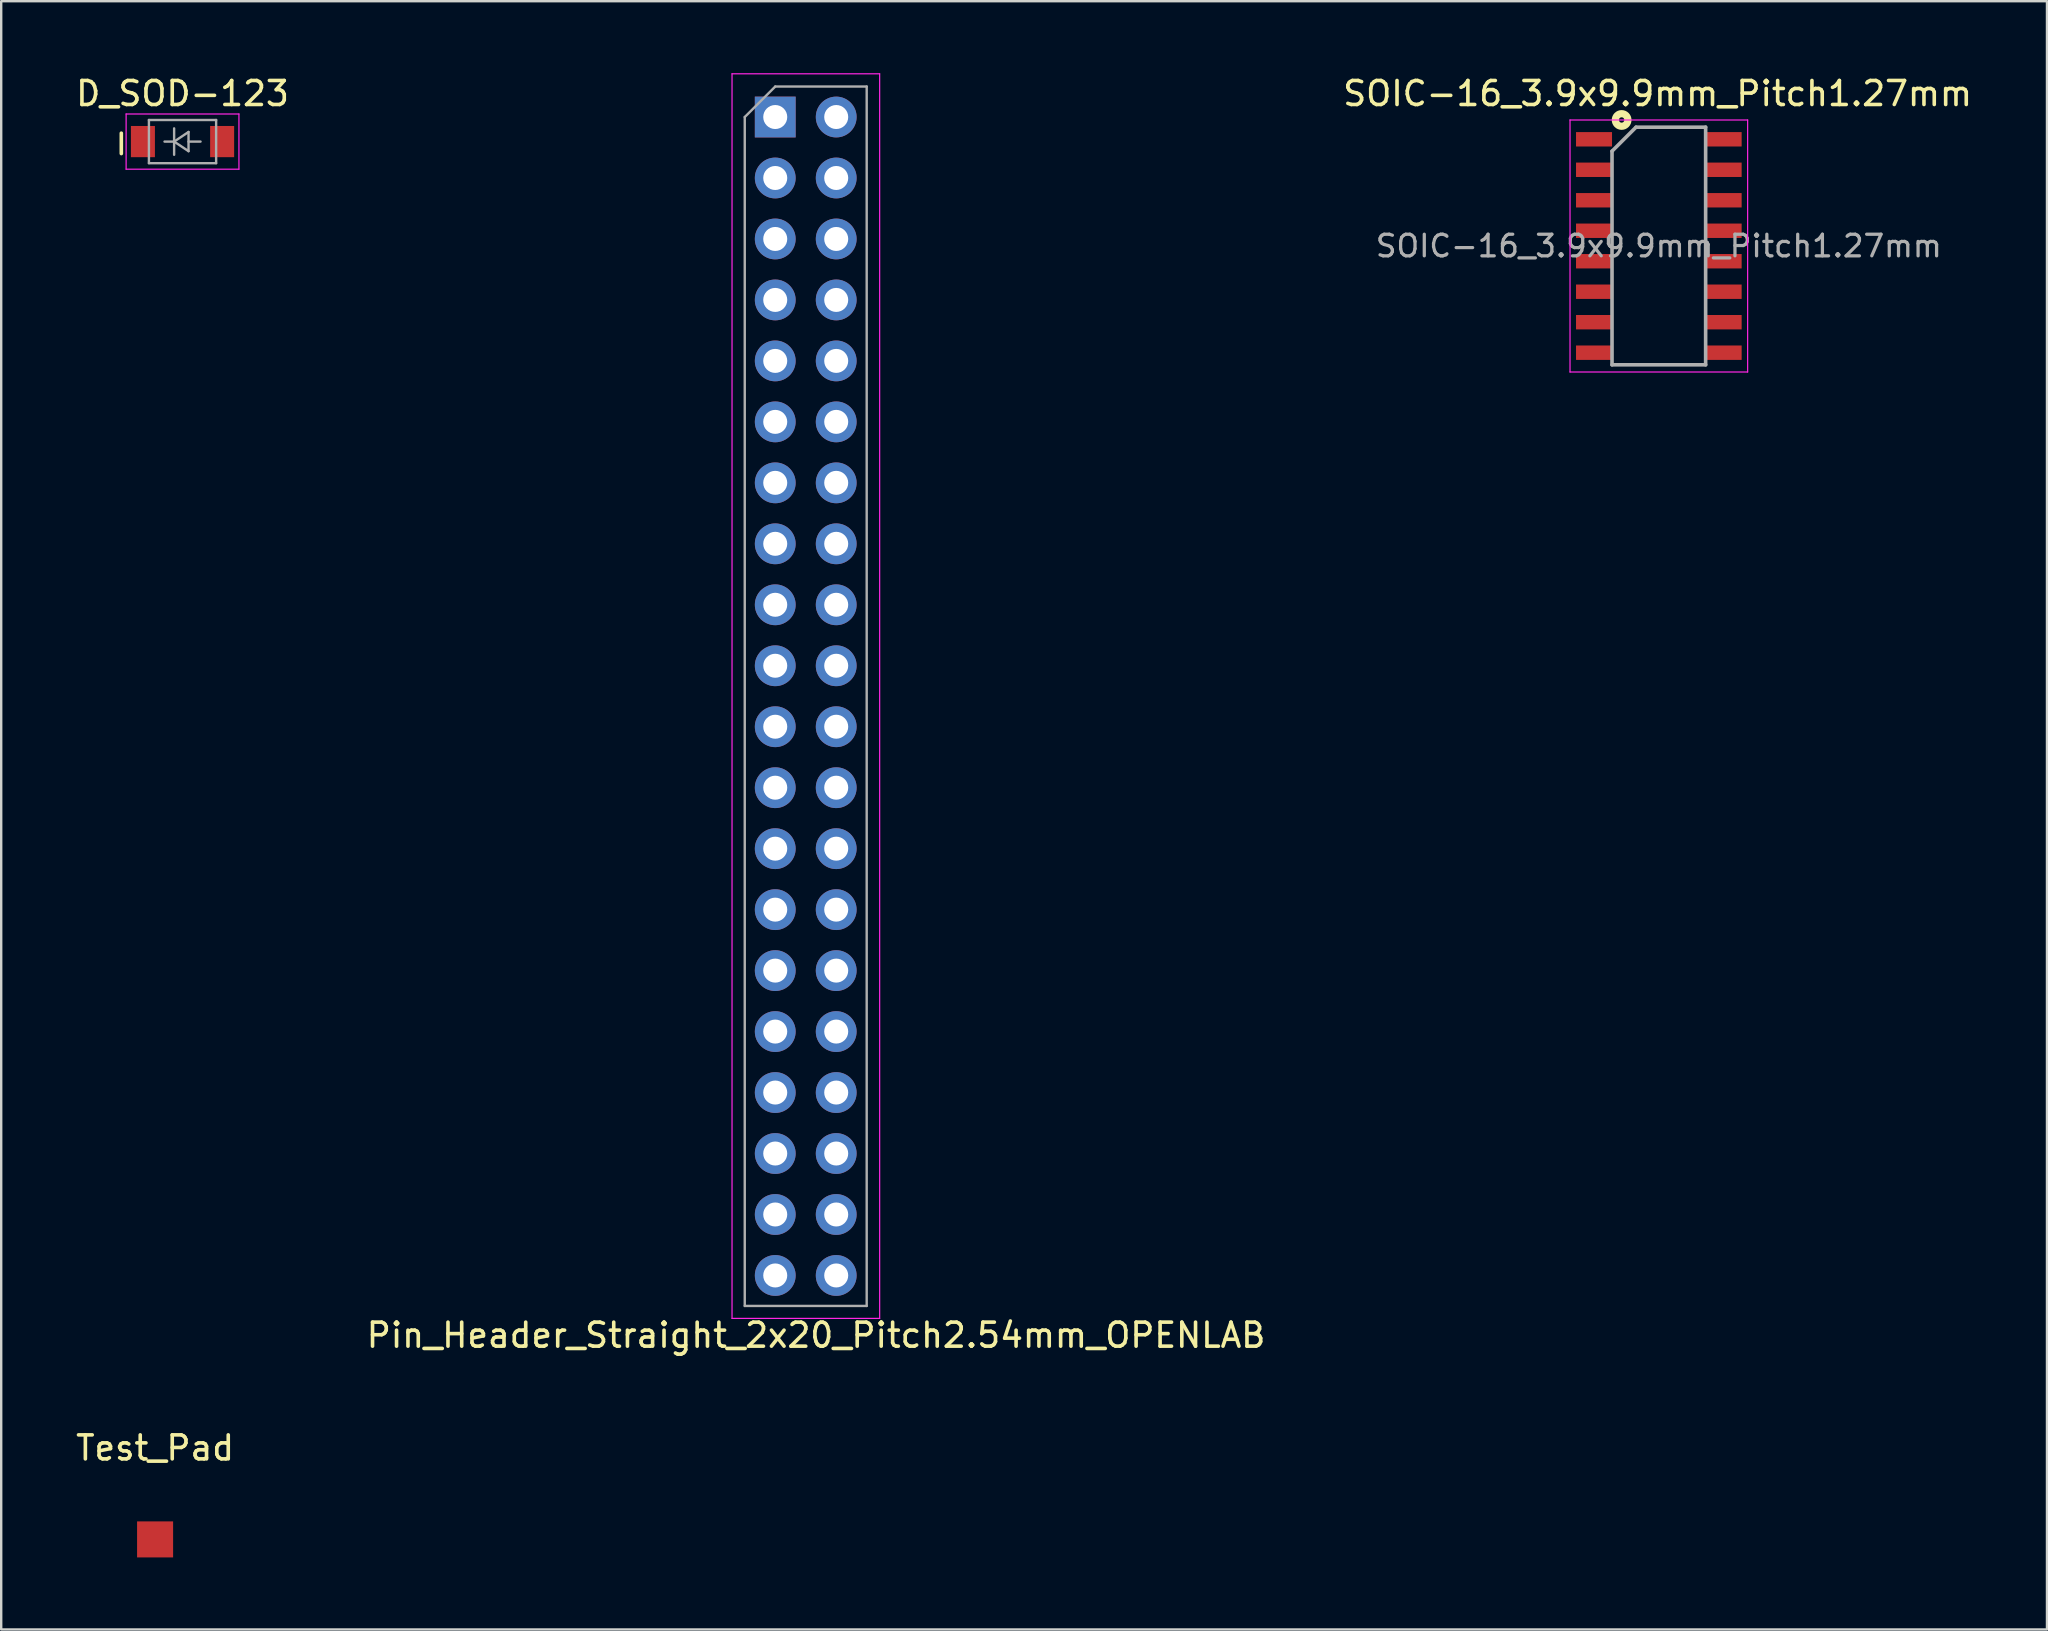
<source format=kicad_pcb>
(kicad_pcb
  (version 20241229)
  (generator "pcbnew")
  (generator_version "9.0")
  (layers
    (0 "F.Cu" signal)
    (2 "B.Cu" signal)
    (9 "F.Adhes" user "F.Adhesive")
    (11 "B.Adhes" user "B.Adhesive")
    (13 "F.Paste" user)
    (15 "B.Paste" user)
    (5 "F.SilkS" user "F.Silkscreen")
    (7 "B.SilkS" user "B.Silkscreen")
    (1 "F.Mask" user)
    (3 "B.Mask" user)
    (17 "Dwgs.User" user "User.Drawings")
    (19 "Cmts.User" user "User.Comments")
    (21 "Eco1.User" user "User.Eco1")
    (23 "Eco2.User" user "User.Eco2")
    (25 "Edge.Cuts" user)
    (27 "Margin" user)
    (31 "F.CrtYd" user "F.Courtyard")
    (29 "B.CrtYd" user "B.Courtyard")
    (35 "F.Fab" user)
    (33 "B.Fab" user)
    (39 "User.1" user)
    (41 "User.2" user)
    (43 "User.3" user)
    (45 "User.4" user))
  (footprint "Pin_Header_Straight_2x20_Pitch2.54mm_OPENLAB"
    (layer "F.Cu")
    (at 29.246 1.825)
    (property "Reference" "Pin_Header_Straight_2x20_Pitch2.54mm_OPENLAB" (at 1.7 50.75 0) (layer "F.SilkS") (effects (font (size 1 1) (thickness 0.15))))
    (attr through_hole)
    (fp_line (start -1.8 -1.8) (end -1.8 50.05) (stroke (width 0.05) (type solid)) (layer "F.CrtYd"))
    (fp_line (start -1.8 50.05) (end 4.35 50.05) (stroke (width 0.05) (type solid)) (layer "F.CrtYd"))
    (fp_line (start 4.35 -1.8) (end -1.8 -1.8) (stroke (width 0.05) (type solid)) (layer "F.CrtYd"))
    (fp_line (start 4.35 50.05) (end 4.35 -1.8) (stroke (width 0.05) (type solid)) (layer "F.CrtYd"))
    (fp_line (start -1.27 0) (end 0 -1.27) (stroke (width 0.1) (type solid)) (layer "F.Fab"))
    (fp_line (start -1.27 49.53) (end -1.27 0) (stroke (width 0.1) (type solid)) (layer "F.Fab"))
    (fp_line (start 0 -1.27) (end 3.81 -1.27) (stroke (width 0.1) (type solid)) (layer "F.Fab"))
    (fp_line (start 3.81 -1.27) (end 3.81 49.53) (stroke (width 0.1) (type solid)) (layer "F.Fab"))
    (fp_line (start 3.81 49.53) (end -1.27 49.53) (stroke (width 0.1) (type solid)) (layer "F.Fab"))
    (pad "1" thru_hole rect (at 0 0) (size 1.7 1.7) (drill 1) (layers "*.Cu" "*.Mask"))
    (pad "2" thru_hole oval (at 2.54 0) (size 1.7 1.7) (drill 1) (layers "*.Cu" "*.Mask"))
    (pad "3" thru_hole oval (at 0 2.54) (size 1.7 1.7) (drill 1) (layers "*.Cu" "*.Mask"))
    (pad "4" thru_hole oval (at 2.54 2.54) (size 1.7 1.7) (drill 1) (layers "*.Cu" "*.Mask"))
    (pad "5" thru_hole oval (at 0 5.08) (size 1.7 1.7) (drill 1) (layers "*.Cu" "*.Mask"))
    (pad "6" thru_hole oval (at 2.54 5.08) (size 1.7 1.7) (drill 1) (layers "*.Cu" "*.Mask"))
    (pad "7" thru_hole oval (at 0 7.62) (size 1.7 1.7) (drill 1) (layers "*.Cu" "*.Mask"))
    (pad "8" thru_hole oval (at 2.54 7.62) (size 1.7 1.7) (drill 1) (layers "*.Cu" "*.Mask"))
    (pad "9" thru_hole oval (at 0 10.16) (size 1.7 1.7) (drill 1) (layers "*.Cu" "*.Mask"))
    (pad "10" thru_hole oval (at 2.54 10.16) (size 1.7 1.7) (drill 1) (layers "*.Cu" "*.Mask"))
    (pad "11" thru_hole oval (at 0 12.7) (size 1.7 1.7) (drill 1) (layers "*.Cu" "*.Mask"))
    (pad "12" thru_hole oval (at 2.54 12.7) (size 1.7 1.7) (drill 1) (layers "*.Cu" "*.Mask"))
    (pad "13" thru_hole oval (at 0 15.24) (size 1.7 1.7) (drill 1) (layers "*.Cu" "*.Mask"))
    (pad "14" thru_hole oval (at 2.54 15.24) (size 1.7 1.7) (drill 1) (layers "*.Cu" "*.Mask"))
    (pad "15" thru_hole oval (at 0 17.78) (size 1.7 1.7) (drill 1) (layers "*.Cu" "*.Mask"))
    (pad "16" thru_hole oval (at 2.54 17.78) (size 1.7 1.7) (drill 1) (layers "*.Cu" "*.Mask"))
    (pad "17" thru_hole oval (at 0 20.32) (size 1.7 1.7) (drill 1) (layers "*.Cu" "*.Mask"))
    (pad "18" thru_hole oval (at 2.54 20.32) (size 1.7 1.7) (drill 1) (layers "*.Cu" "*.Mask"))
    (pad "19" thru_hole oval (at 0 22.86) (size 1.7 1.7) (drill 1) (layers "*.Cu" "*.Mask"))
    (pad "20" thru_hole oval (at 2.54 22.86) (size 1.7 1.7) (drill 1) (layers "*.Cu" "*.Mask"))
    (pad "21" thru_hole oval (at 0 25.4) (size 1.7 1.7) (drill 1) (layers "*.Cu" "*.Mask"))
    (pad "22" thru_hole oval (at 2.54 25.4) (size 1.7 1.7) (drill 1) (layers "*.Cu" "*.Mask"))
    (pad "23" thru_hole oval (at 0 27.94) (size 1.7 1.7) (drill 1) (layers "*.Cu" "*.Mask"))
    (pad "24" thru_hole oval (at 2.54 27.94) (size 1.7 1.7) (drill 1) (layers "*.Cu" "*.Mask"))
    (pad "25" thru_hole oval (at 0 30.48) (size 1.7 1.7) (drill 1) (layers "*.Cu" "*.Mask"))
    (pad "26" thru_hole oval (at 2.54 30.48) (size 1.7 1.7) (drill 1) (layers "*.Cu" "*.Mask"))
    (pad "27" thru_hole oval (at 0 33.02) (size 1.7 1.7) (drill 1) (layers "*.Cu" "*.Mask"))
    (pad "28" thru_hole oval (at 2.54 33.02) (size 1.7 1.7) (drill 1) (layers "*.Cu" "*.Mask"))
    (pad "29" thru_hole oval (at 0 35.56) (size 1.7 1.7) (drill 1) (layers "*.Cu" "*.Mask"))
    (pad "30" thru_hole oval (at 2.54 35.56) (size 1.7 1.7) (drill 1) (layers "*.Cu" "*.Mask"))
    (pad "31" thru_hole oval (at 0 38.1) (size 1.7 1.7) (drill 1) (layers "*.Cu" "*.Mask"))
    (pad "32" thru_hole oval (at 2.54 38.1) (size 1.7 1.7) (drill 1) (layers "*.Cu" "*.Mask"))
    (pad "33" thru_hole oval (at 0 40.64) (size 1.7 1.7) (drill 1) (layers "*.Cu" "*.Mask"))
    (pad "34" thru_hole oval (at 2.54 40.64) (size 1.7 1.7) (drill 1) (layers "*.Cu" "*.Mask"))
    (pad "35" thru_hole oval (at 0 43.18) (size 1.7 1.7) (drill 1) (layers "*.Cu" "*.Mask"))
    (pad "36" thru_hole oval (at 2.54 43.18) (size 1.7 1.7) (drill 1) (layers "*.Cu" "*.Mask"))
    (pad "37" thru_hole oval (at 0 45.72) (size 1.7 1.7) (drill 1) (layers "*.Cu" "*.Mask"))
    (pad "38" thru_hole oval (at 2.54 45.72) (size 1.7 1.7) (drill 1) (layers "*.Cu" "*.Mask"))
    (pad "39" thru_hole oval (at 0 48.26) (size 1.7 1.7) (drill 1) (layers "*.Cu" "*.Mask"))
    (pad "40" thru_hole oval (at 2.54 48.26) (size 1.7 1.7) (drill 1) (layers "*.Cu" "*.Mask")))
  (footprint "D_SOD-123"
    (layer "F.Cu")
    (at 4.554 2.848)
    (property "Reference" "D_SOD-123" (at 0 -2 0) (layer "F.SilkS") (effects (font (size 1 1) (thickness 0.15))))
    (attr smd)
    (fp_line (start -2.55 0.5) (end -2.55 -0.35) (stroke (width 0.15) (type solid)) (layer "F.SilkS"))
    (fp_line (start -2.35 -1.15) (end -2.35 1.15) (stroke (width 0.05) (type solid)) (layer "F.CrtYd"))
    (fp_line (start -2.35 -1.15) (end 2.35 -1.15) (stroke (width 0.05) (type solid)) (layer "F.CrtYd"))
    (fp_line (start 2.35 -1.15) (end 2.35 1.15) (stroke (width 0.05) (type solid)) (layer "F.CrtYd"))
    (fp_line (start 2.35 1.15) (end -2.35 1.15) (stroke (width 0.05) (type solid)) (layer "F.CrtYd"))
    (fp_line (start -1.4 -0.9) (end 1.4 -0.9) (stroke (width 0.1) (type solid)) (layer "F.Fab"))
    (fp_line (start -1.4 0.9) (end -1.4 -0.9) (stroke (width 0.1) (type solid)) (layer "F.Fab"))
    (fp_line (start -0.75 0) (end -0.35 0) (stroke (width 0.1) (type solid)) (layer "F.Fab"))
    (fp_line (start -0.35 0) (end -0.35 -0.55) (stroke (width 0.1) (type solid)) (layer "F.Fab"))
    (fp_line (start -0.35 0) (end -0.35 0.55) (stroke (width 0.1) (type solid)) (layer "F.Fab"))
    (fp_line (start -0.35 0) (end 0.25 -0.4) (stroke (width 0.1) (type solid)) (layer "F.Fab"))
    (fp_line (start 0.25 -0.4) (end 0.25 0.4) (stroke (width 0.1) (type solid)) (layer "F.Fab"))
    (fp_line (start 0.25 0) (end 0.75 0) (stroke (width 0.1) (type solid)) (layer "F.Fab"))
    (fp_line (start 0.25 0.4) (end -0.35 0) (stroke (width 0.1) (type solid)) (layer "F.Fab"))
    (fp_line (start 1.4 -0.9) (end 1.4 0.9) (stroke (width 0.1) (type solid)) (layer "F.Fab"))
    (fp_line (start 1.4 0.9) (end -1.4 0.9) (stroke (width 0.1) (type solid)) (layer "F.Fab"))
    (pad "1" smd rect (at -1.65 0) (size 1 1.3) (layers "F.Cu" "F.Mask" "F.Paste"))
    (pad "2" smd rect (at 1.65 0) (size 1 1.3) (layers "F.Cu" "F.Mask" "F.Paste")))
  (footprint "SOIC-16_3.9x9.9mm_Pitch1.27mm"
    (layer "F.Cu")
    (at 66.056 7.198)
    (property "Reference" "SOIC-16_3.9x9.9mm_Pitch1.27mm" (at -0.05 -6.35 0) (layer "F.SilkS") (effects (font (size 1 1) (thickness 0.15))))
    (attr smd)
    (fp_circle (center -1.55 -5.25) (end -1.45 -5.2) (stroke (width 0.3) (type solid)) (fill no) (layer "F.SilkS"))
    (fp_line (start -3.7 -5.25) (end -3.7 5.25) (stroke (width 0.05) (type solid)) (layer "F.CrtYd"))
    (fp_line (start -3.7 -5.25) (end 3.7 -5.25) (stroke (width 0.05) (type solid)) (layer "F.CrtYd"))
    (fp_line (start -3.7 5.25) (end 3.7 5.25) (stroke (width 0.05) (type solid)) (layer "F.CrtYd"))
    (fp_line (start 3.7 -5.25) (end 3.7 5.25) (stroke (width 0.05) (type solid)) (layer "F.CrtYd"))
    (fp_line (start -1.95 -3.95) (end -0.95 -4.95) (stroke (width 0.15) (type solid)) (layer "F.Fab"))
    (fp_line (start -1.95 4.95) (end -1.95 -3.95) (stroke (width 0.15) (type solid)) (layer "F.Fab"))
    (fp_line (start -0.95 -4.95) (end 1.95 -4.95) (stroke (width 0.15) (type solid)) (layer "F.Fab"))
    (fp_line (start 1.95 -4.95) (end 1.95 4.95) (stroke (width 0.15) (type solid)) (layer "F.Fab"))
    (fp_line (start 1.95 4.95) (end -1.95 4.95) (stroke (width 0.15) (type solid)) (layer "F.Fab"))
    (fp_text user "${REFERENCE}" (at 0 0 0) (layer "F.Fab") (effects (font (size 0.9 0.9) (thickness 0.135))))
    (pad "1" smd rect (at -2.7 -4.445) (size 1.5 0.6) (layers "F.Cu" "F.Mask" "F.Paste"))
    (pad "2" smd rect (at -2.7 -3.175) (size 1.5 0.6) (layers "F.Cu" "F.Mask" "F.Paste"))
    (pad "3" smd rect (at -2.7 -1.905) (size 1.5 0.6) (layers "F.Cu" "F.Mask" "F.Paste"))
    (pad "4" smd rect (at -2.7 -0.635) (size 1.5 0.6) (layers "F.Cu" "F.Mask" "F.Paste"))
    (pad "5" smd rect (at -2.7 0.635) (size 1.5 0.6) (layers "F.Cu" "F.Mask" "F.Paste"))
    (pad "6" smd rect (at -2.7 1.905) (size 1.5 0.6) (layers "F.Cu" "F.Mask" "F.Paste"))
    (pad "7" smd rect (at -2.7 3.175) (size 1.5 0.6) (layers "F.Cu" "F.Mask" "F.Paste"))
    (pad "8" smd rect (at -2.7 4.445) (size 1.5 0.6) (layers "F.Cu" "F.Mask" "F.Paste"))
    (pad "9" smd rect (at 2.7 4.445) (size 1.5 0.6) (layers "F.Cu" "F.Mask" "F.Paste"))
    (pad "10" smd rect (at 2.7 3.175) (size 1.5 0.6) (layers "F.Cu" "F.Mask" "F.Paste"))
    (pad "11" smd rect (at 2.7 1.905) (size 1.5 0.6) (layers "F.Cu" "F.Mask" "F.Paste"))
    (pad "12" smd rect (at 2.7 0.635) (size 1.5 0.6) (layers "F.Cu" "F.Mask" "F.Paste"))
    (pad "13" smd rect (at 2.7 -0.635) (size 1.5 0.6) (layers "F.Cu" "F.Mask" "F.Paste"))
    (pad "14" smd rect (at 2.7 -1.905) (size 1.5 0.6) (layers "F.Cu" "F.Mask" "F.Paste"))
    (pad "15" smd rect (at 2.7 -3.175) (size 1.5 0.6) (layers "F.Cu" "F.Mask" "F.Paste"))
    (pad "16" smd rect (at 2.7 -4.445) (size 1.5 0.6) (layers "F.Cu" "F.Mask" "F.Paste")))
  (footprint "Test_Pad"
    (layer "F.Cu")
    (at 3.411 61.081)
    (property "Reference" "Test_Pad" (at 0 -3.81 0) (layer "F.SilkS") (effects (font (size 1 1) (thickness 0.15))))
    (attr through_hole)
    (pad "1" smd rect (at 0 0) (size 1.501 1.501) (layers "F.Cu" "F.Mask")))
  (gr_rect
    (start -3 -3)
    (end 82.226 64.832)
    (stroke (width 0.1) (type default))
    (fill no)
    (layer "Edge.Cuts")))
</source>
